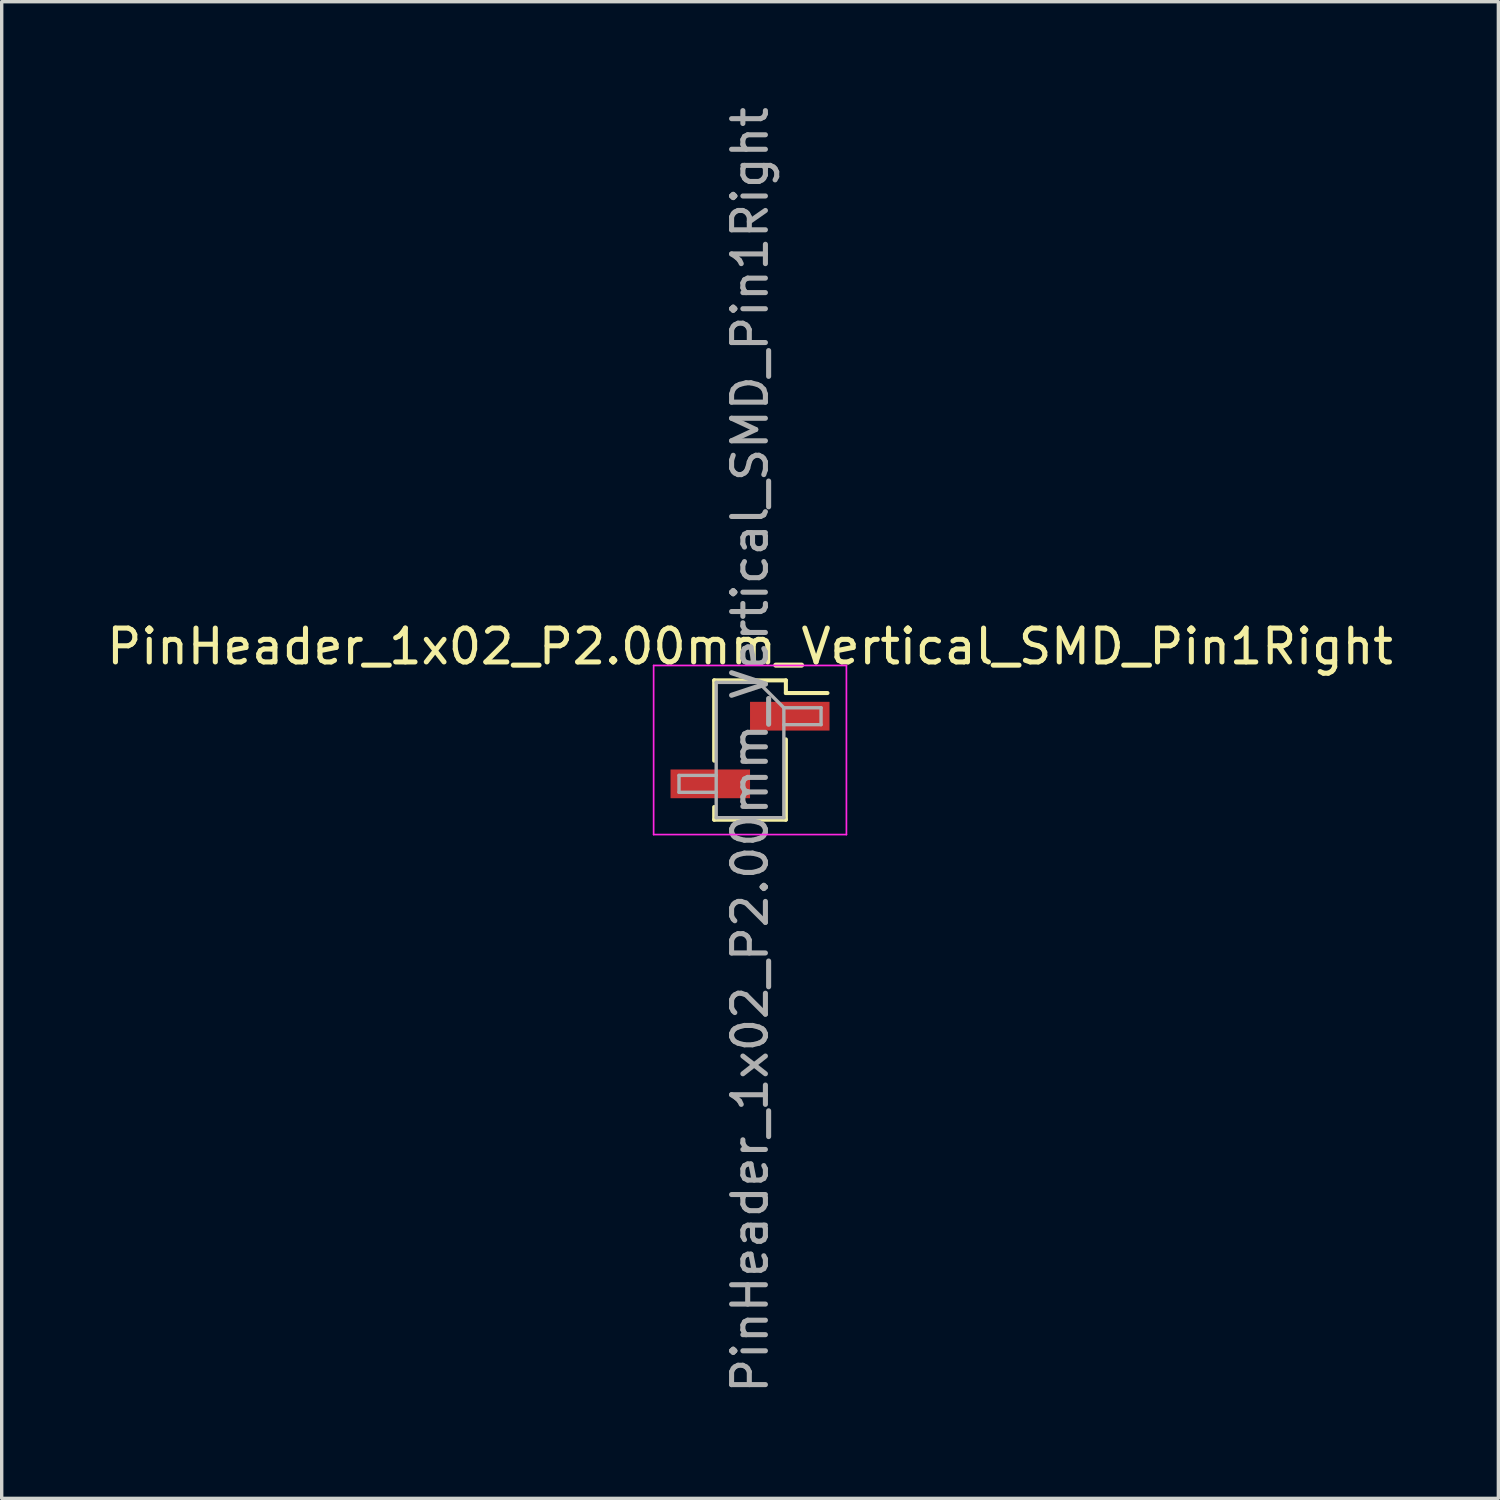
<source format=kicad_pcb>
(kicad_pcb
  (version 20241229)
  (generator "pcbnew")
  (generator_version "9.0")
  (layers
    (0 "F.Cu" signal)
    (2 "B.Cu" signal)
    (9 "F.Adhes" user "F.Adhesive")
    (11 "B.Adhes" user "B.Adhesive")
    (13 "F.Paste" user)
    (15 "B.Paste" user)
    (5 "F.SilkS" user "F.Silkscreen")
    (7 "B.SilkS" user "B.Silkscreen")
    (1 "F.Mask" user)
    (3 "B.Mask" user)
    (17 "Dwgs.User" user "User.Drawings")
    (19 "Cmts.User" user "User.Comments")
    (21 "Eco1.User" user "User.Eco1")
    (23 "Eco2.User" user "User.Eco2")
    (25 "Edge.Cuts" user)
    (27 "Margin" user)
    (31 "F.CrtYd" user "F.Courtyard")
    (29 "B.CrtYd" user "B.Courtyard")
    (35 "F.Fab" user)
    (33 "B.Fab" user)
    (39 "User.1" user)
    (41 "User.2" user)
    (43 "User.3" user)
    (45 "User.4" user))
  (footprint "PinHeader_1x02_P2.00mm_Vertical_SMD_Pin1Right"
    (layer "F.Cu")
    (at 19.125 19.125)
    (property "Reference" "PinHeader_1x02_P2.00mm_Vertical_SMD_Pin1Right" (at 0 -3.06 0) (layer "F.SilkS") (effects (font (size 1 1) (thickness 0.15))))
    (attr smd)
    (fp_line (start -1.06 -2.06) (end -1.06 0.315) (stroke (width 0.12) (type solid)) (layer "F.SilkS"))
    (fp_line (start -1.06 -2.06) (end 1.06 -2.06) (stroke (width 0.12) (type solid)) (layer "F.SilkS"))
    (fp_line (start -1.06 1.685) (end -1.06 2.06) (stroke (width 0.12) (type solid)) (layer "F.SilkS"))
    (fp_line (start -1.06 2.06) (end 1.06 2.06) (stroke (width 0.12) (type solid)) (layer "F.SilkS"))
    (fp_line (start 1.06 -2.06) (end 1.06 -1.685) (stroke (width 0.12) (type solid)) (layer "F.SilkS"))
    (fp_line (start 1.06 -1.685) (end 2.29 -1.685) (stroke (width 0.12) (type solid)) (layer "F.SilkS"))
    (fp_line (start 1.06 -0.315) (end 1.06 2.06) (stroke (width 0.12) (type solid)) (layer "F.SilkS"))
    (fp_line (start -2.85 -2.5) (end -2.85 2.5) (stroke (width 0.05) (type solid)) (layer "F.CrtYd"))
    (fp_line (start -2.85 2.5) (end 2.85 2.5) (stroke (width 0.05) (type solid)) (layer "F.CrtYd"))
    (fp_line (start 2.85 -2.5) (end -2.85 -2.5) (stroke (width 0.05) (type solid)) (layer "F.CrtYd"))
    (fp_line (start 2.85 2.5) (end 2.85 -2.5) (stroke (width 0.05) (type solid)) (layer "F.CrtYd"))
    (fp_line (start -2.1 0.75) (end -2.1 1.25) (stroke (width 0.1) (type solid)) (layer "F.Fab"))
    (fp_line (start -2.1 1.25) (end -1 1.25) (stroke (width 0.1) (type solid)) (layer "F.Fab"))
    (fp_line (start -1 -2) (end -1 2) (stroke (width 0.1) (type solid)) (layer "F.Fab"))
    (fp_line (start -1 -2) (end 0.25 -2) (stroke (width 0.1) (type solid)) (layer "F.Fab"))
    (fp_line (start -1 0.75) (end -2.1 0.75) (stroke (width 0.1) (type solid)) (layer "F.Fab"))
    (fp_line (start 1 -1.25) (end 0.25 -2) (stroke (width 0.1) (type solid)) (layer "F.Fab"))
    (fp_line (start 1 -1.25) (end 2.1 -1.25) (stroke (width 0.1) (type solid)) (layer "F.Fab"))
    (fp_line (start 1 2) (end -1 2) (stroke (width 0.1) (type solid)) (layer "F.Fab"))
    (fp_line (start 1 2) (end 1 -1.25) (stroke (width 0.1) (type solid)) (layer "F.Fab"))
    (fp_line (start 2.1 -1.25) (end 2.1 -0.75) (stroke (width 0.1) (type solid)) (layer "F.Fab"))
    (fp_line (start 2.1 -0.75) (end 1 -0.75) (stroke (width 0.1) (type solid)) (layer "F.Fab"))
    (fp_text user "${REFERENCE}" (at 0 0 90) (layer "F.Fab") (effects (font (size 1 1) (thickness 0.15))))
    (pad "1" smd rect (at 1.175 -1) (size 2.35 0.85) (layers "F.Cu" "F.Mask" "F.Paste"))
    (pad "2" smd rect (at -1.175 1) (size 2.35 0.85) (layers "F.Cu" "F.Mask" "F.Paste")))
  (gr_rect
    (start -3 -3)
    (end 41.25 41.25)
    (stroke (width 0.1) (type default))
    (fill no)
    (layer "Edge.Cuts")))
</source>
